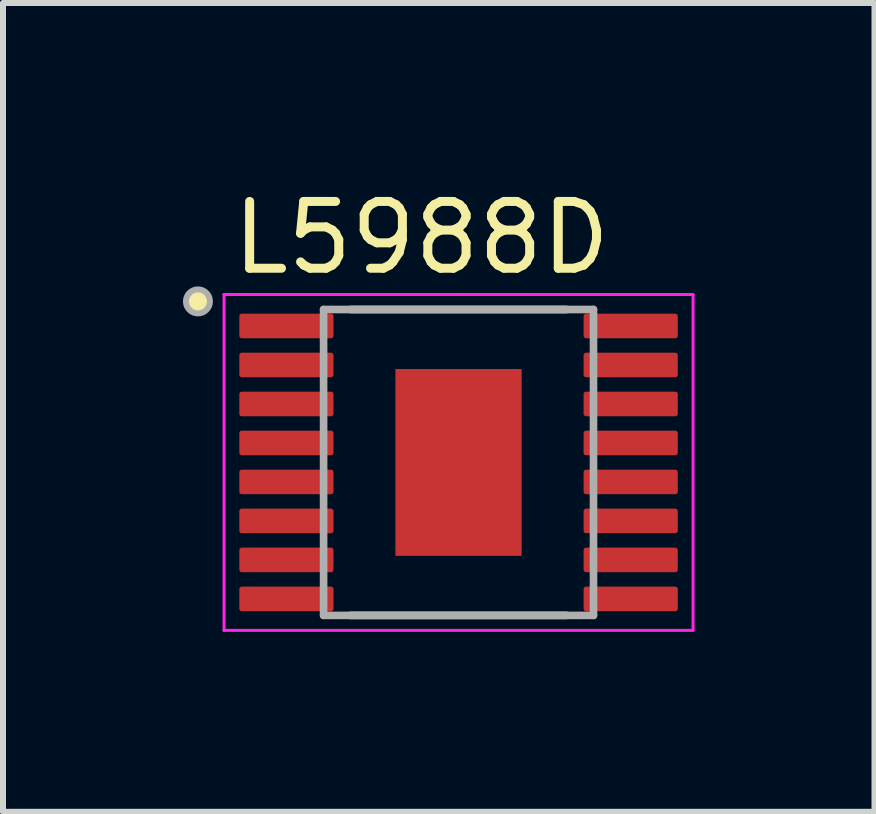
<source format=kicad_pcb>
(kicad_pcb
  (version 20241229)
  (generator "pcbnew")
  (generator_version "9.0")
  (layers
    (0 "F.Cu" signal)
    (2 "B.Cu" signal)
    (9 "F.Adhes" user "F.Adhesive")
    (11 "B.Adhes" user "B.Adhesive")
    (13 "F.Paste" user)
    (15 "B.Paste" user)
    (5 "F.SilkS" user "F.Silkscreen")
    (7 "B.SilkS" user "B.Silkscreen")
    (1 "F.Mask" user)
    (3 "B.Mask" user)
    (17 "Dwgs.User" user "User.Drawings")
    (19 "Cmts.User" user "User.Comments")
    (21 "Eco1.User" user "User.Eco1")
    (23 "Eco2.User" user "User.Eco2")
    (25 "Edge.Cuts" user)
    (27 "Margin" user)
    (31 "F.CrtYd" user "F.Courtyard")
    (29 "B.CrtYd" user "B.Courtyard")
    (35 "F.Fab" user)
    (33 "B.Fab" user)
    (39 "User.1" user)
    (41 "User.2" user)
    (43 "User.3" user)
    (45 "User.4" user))
  (footprint "L5988D"
    (layer "F.Cu")
    (at 4.595 4.66)
    (property "Reference" "L5988D" (at -0.618 -3.745 0) (layer "F.SilkS") (effects (font (size 1.114 1.114) (thickness 0.15))))
    (attr smd)
    (fp_line (start -1.8 -2.55) (end 1.8 -2.55) (stroke (width 0.127) (type solid)) (layer "F.SilkS"))
    (fp_line (start -1.8 2.55) (end 1.8 2.55) (stroke (width 0.127) (type solid)) (layer "F.SilkS"))
    (fp_circle (center -4.345 -2.685) (end -4.145 -2.685) (stroke (width 0) (type solid)) (fill yes) (layer "F.SilkS"))
    (fp_poly (pts (xy -0.696 -0.985) (xy 0.665 -0.985) (xy 0.665 1.031) (xy -0.696 1.031)) (stroke (width 0.01) (type solid)) (fill yes) (layer "F.Paste"))
    (fp_line (start -3.91 -2.8) (end -3.91 2.8) (stroke (width 0.05) (type solid)) (layer "F.CrtYd"))
    (fp_line (start -3.91 -2.8) (end 3.91 -2.8) (stroke (width 0.05) (type solid)) (layer "F.CrtYd"))
    (fp_line (start -3.91 2.8) (end 3.91 2.8) (stroke (width 0.05) (type solid)) (layer "F.CrtYd"))
    (fp_line (start 3.91 -2.8) (end 3.91 2.8) (stroke (width 0.05) (type solid)) (layer "F.CrtYd"))
    (fp_line (start -2.25 -2.55) (end -2.25 2.55) (stroke (width 0.127) (type solid)) (layer "F.Fab"))
    (fp_line (start -2.25 -2.55) (end 2.25 -2.55) (stroke (width 0.127) (type solid)) (layer "F.Fab"))
    (fp_line (start -2.25 2.55) (end 2.25 2.55) (stroke (width 0.127) (type solid)) (layer "F.Fab"))
    (fp_line (start 2.25 -2.55) (end 2.25 2.55) (stroke (width 0.127) (type solid)) (layer "F.Fab"))
    (fp_circle (center -4.345 -2.685) (end -4.145 -2.685) (stroke (width 0.1) (type solid)) (fill no) (layer "F.Fab"))
    (pad "1" smd roundrect (at -2.87 -2.275) (size 1.57 0.41) (layers "F.Cu" "F.Mask" "F.Paste") (roundrect_rratio 0.1))
    (pad "2" smd roundrect (at -2.87 -1.625) (size 1.57 0.41) (layers "F.Cu" "F.Mask" "F.Paste") (roundrect_rratio 0.1))
    (pad "3" smd roundrect (at -2.87 -0.975) (size 1.57 0.41) (layers "F.Cu" "F.Mask" "F.Paste") (roundrect_rratio 0.1))
    (pad "4" smd roundrect (at -2.87 -0.325) (size 1.57 0.41) (layers "F.Cu" "F.Mask" "F.Paste") (roundrect_rratio 0.1))
    (pad "5" smd roundrect (at -2.87 0.325) (size 1.57 0.41) (layers "F.Cu" "F.Mask" "F.Paste") (roundrect_rratio 0.1))
    (pad "6" smd roundrect (at -2.87 0.975) (size 1.57 0.41) (layers "F.Cu" "F.Mask" "F.Paste") (roundrect_rratio 0.1))
    (pad "7" smd roundrect (at -2.87 1.625) (size 1.57 0.41) (layers "F.Cu" "F.Mask" "F.Paste") (roundrect_rratio 0.1))
    (pad "8" smd roundrect (at -2.87 2.275) (size 1.57 0.41) (layers "F.Cu" "F.Mask" "F.Paste") (roundrect_rratio 0.1))
    (pad "9" smd roundrect (at 2.87 2.275) (size 1.57 0.41) (layers "F.Cu" "F.Mask" "F.Paste") (roundrect_rratio 0.1))
    (pad "10" smd roundrect (at 2.87 1.625) (size 1.57 0.41) (layers "F.Cu" "F.Mask" "F.Paste") (roundrect_rratio 0.1))
    (pad "11" smd roundrect (at 2.87 0.975) (size 1.57 0.41) (layers "F.Cu" "F.Mask" "F.Paste") (roundrect_rratio 0.1))
    (pad "12" smd roundrect (at 2.87 0.325) (size 1.57 0.41) (layers "F.Cu" "F.Mask" "F.Paste") (roundrect_rratio 0.1))
    (pad "13" smd roundrect (at 2.87 -0.325) (size 1.57 0.41) (layers "F.Cu" "F.Mask" "F.Paste") (roundrect_rratio 0.1))
    (pad "14" smd roundrect (at 2.87 -0.975) (size 1.57 0.41) (layers "F.Cu" "F.Mask" "F.Paste") (roundrect_rratio 0.1))
    (pad "15" smd roundrect (at 2.87 -1.625) (size 1.57 0.41) (layers "F.Cu" "F.Mask" "F.Paste") (roundrect_rratio 0.1))
    (pad "16" smd roundrect (at 2.87 -2.275) (size 1.57 0.41) (layers "F.Cu" "F.Mask" "F.Paste") (roundrect_rratio 0.1))
    (pad "17" smd rect (at 0 0) (size 2.105 3.115) (layers "F.Cu" "F.Mask")))
  (gr_rect
    (start -3 -3)
    (end 11.53 10.485)
    (stroke (width 0.1) (type default))
    (fill no)
    (layer "Edge.Cuts")))
</source>
